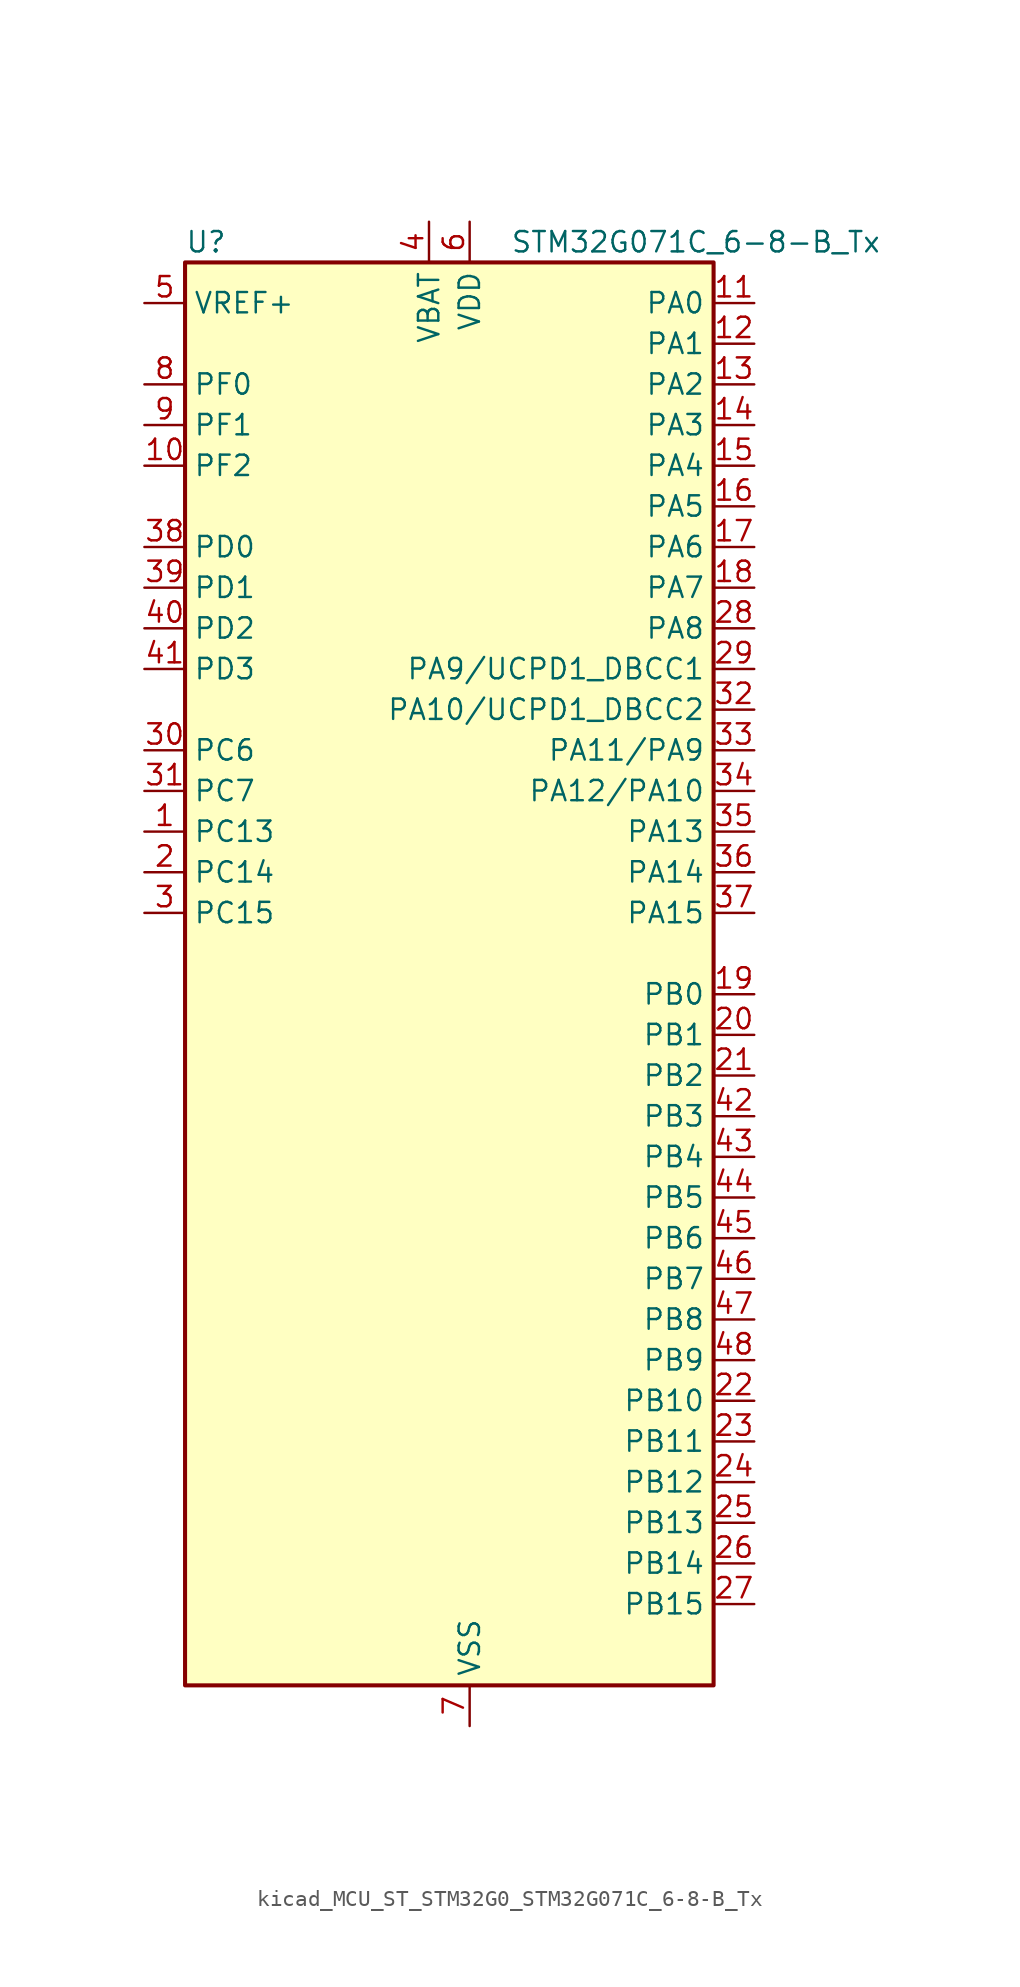
<source format=kicad_sym>
(kicad_symbol_lib
  (version 20220914)
  (generator kicad_symbol_editor)
  (symbol "kicad_MCU_ST_STM32G0_STM32G071C_6-8-B_Tx"
    (property "Reference" "U"
      (at -15.24 46.99 0)
      (effects (font (size 1.27 1.27)) (justify left)))
    (property "Value" "STM32G071C_6-8-B_Tx"
      (at 5.08 46.99 0)
      (effects (font (size 1.27 1.27)) (justify left)))
    (property "ki_locked" ""
      (at 0 0 0)
      (effects (font (size 1.27 1.27))))
    (symbol "kicad_MCU_ST_STM32G0_STM32G071C_6-8-B_Tx_0_1"
      (rectangle (start -15.24 -43.18) (end 17.78 45.72) (stroke (width 0.254) (type default)) (fill (type background))))
    (symbol "kicad_MCU_ST_STM32G0_STM32G071C_6-8-B_Tx_1_1"
      (pin bidirectional line (at -17.78 10.16 0) (length 2.54) (name "PC13" (effects (font (size 1.27 1.27)))) (number "1" (effects (font (size 1.27 1.27)))) (alternate "RTC_OUT_ALARM" bidirectional line) (alternate "RTC_OUT_CALIB" bidirectional line) (alternate "RTC_TAMP_IN1" bidirectional line) (alternate "RTC_TS" bidirectional line) (alternate "SYS_WKUP2" bidirectional line) (alternate "TIM1_BK" bidirectional line))
      (pin bidirectional line (at -17.78 33.02 0) (length 2.54) (name "PF2" (effects (font (size 1.27 1.27)))) (number "10" (effects (font (size 1.27 1.27)))) (alternate "RCC_MCO" bidirectional line))
      (pin bidirectional line (at 20.32 43.18 180) (length 2.54) (name "PA0" (effects (font (size 1.27 1.27)))) (number "11" (effects (font (size 1.27 1.27)))) (alternate "ADC1_IN0" bidirectional line) (alternate "COMP1_INM" bidirectional line) (alternate "COMP1_OUT" bidirectional line) (alternate "LPTIM1_OUT" bidirectional line) (alternate "RTC_TAMP_IN2" bidirectional line) (alternate "SPI2_SCK" bidirectional line) (alternate "SYS_WKUP1" bidirectional line) (alternate "TIM2_CH1" bidirectional line) (alternate "TIM2_ETR" bidirectional line) (alternate "UCPD2_FRSTX1" bidirectional line) (alternate "UCPD2_FRSTX2" bidirectional line) (alternate "USART2_CTS" bidirectional line) (alternate "USART2_NSS" bidirectional line) (alternate "USART4_TX" bidirectional line))
      (pin bidirectional line (at 20.32 40.64 180) (length 2.54) (name "PA1" (effects (font (size 1.27 1.27)))) (number "12" (effects (font (size 1.27 1.27)))) (alternate "ADC1_IN1" bidirectional line) (alternate "COMP1_INP" bidirectional line) (alternate "I2C1_SMBA" bidirectional line) (alternate "I2S1_CK" bidirectional line) (alternate "SPI1_SCK" bidirectional line) (alternate "TIM15_CH1N" bidirectional line) (alternate "TIM2_CH2" bidirectional line) (alternate "USART2_CK" bidirectional line) (alternate "USART2_DE" bidirectional line) (alternate "USART2_RTS" bidirectional line) (alternate "USART4_RX" bidirectional line))
      (pin bidirectional line (at 20.32 38.1 180) (length 2.54) (name "PA2" (effects (font (size 1.27 1.27)))) (number "13" (effects (font (size 1.27 1.27)))) (alternate "ADC1_IN2" bidirectional line) (alternate "COMP2_INM" bidirectional line) (alternate "COMP2_OUT" bidirectional line) (alternate "I2S1_SD" bidirectional line) (alternate "LPUART1_TX" bidirectional line) (alternate "RCC_LSCO" bidirectional line) (alternate "SPI1_MOSI" bidirectional line) (alternate "SYS_WKUP4" bidirectional line) (alternate "TIM15_CH1" bidirectional line) (alternate "TIM2_CH3" bidirectional line) (alternate "UCPD1_FRSTX1" bidirectional line) (alternate "UCPD1_FRSTX2" bidirectional line) (alternate "USART2_TX" bidirectional line))
      (pin bidirectional line (at 20.32 35.56 180) (length 2.54) (name "PA3" (effects (font (size 1.27 1.27)))) (number "14" (effects (font (size 1.27 1.27)))) (alternate "ADC1_IN3" bidirectional line) (alternate "COMP2_INP" bidirectional line) (alternate "LPUART1_RX" bidirectional line) (alternate "SPI2_MISO" bidirectional line) (alternate "TIM15_CH2" bidirectional line) (alternate "TIM2_CH4" bidirectional line) (alternate "UCPD2_FRSTX1" bidirectional line) (alternate "UCPD2_FRSTX2" bidirectional line) (alternate "USART2_RX" bidirectional line))
      (pin bidirectional line (at 20.32 33.02 180) (length 2.54) (name "PA4" (effects (font (size 1.27 1.27)))) (number "15" (effects (font (size 1.27 1.27)))) (alternate "ADC1_IN4" bidirectional line) (alternate "DAC1_OUT1" bidirectional line) (alternate "I2S1_WS" bidirectional line) (alternate "LPTIM2_OUT" bidirectional line) (alternate "RTC_OUT_ALARM" bidirectional line) (alternate "RTC_OUT_CALIB" bidirectional line) (alternate "SPI1_NSS" bidirectional line) (alternate "SPI2_MOSI" bidirectional line) (alternate "TIM14_CH1" bidirectional line) (alternate "UCPD2_FRSTX1" bidirectional line) (alternate "UCPD2_FRSTX2" bidirectional line))
      (pin bidirectional line (at 20.32 30.48 180) (length 2.54) (name "PA5" (effects (font (size 1.27 1.27)))) (number "16" (effects (font (size 1.27 1.27)))) (alternate "ADC1_IN5" bidirectional line) (alternate "CEC" bidirectional line) (alternate "DAC1_OUT2" bidirectional line) (alternate "I2S1_CK" bidirectional line) (alternate "LPTIM2_ETR" bidirectional line) (alternate "SPI1_SCK" bidirectional line) (alternate "TIM2_CH1" bidirectional line) (alternate "TIM2_ETR" bidirectional line) (alternate "UCPD1_FRSTX1" bidirectional line) (alternate "UCPD1_FRSTX2" bidirectional line) (alternate "USART3_TX" bidirectional line))
      (pin bidirectional line (at 20.32 27.94 180) (length 2.54) (name "PA6" (effects (font (size 1.27 1.27)))) (number "17" (effects (font (size 1.27 1.27)))) (alternate "ADC1_IN6" bidirectional line) (alternate "COMP1_OUT" bidirectional line) (alternate "I2S1_MCK" bidirectional line) (alternate "LPUART1_CTS" bidirectional line) (alternate "SPI1_MISO" bidirectional line) (alternate "TIM16_CH1" bidirectional line) (alternate "TIM1_BK" bidirectional line) (alternate "TIM3_CH1" bidirectional line) (alternate "USART3_CTS" bidirectional line) (alternate "USART3_NSS" bidirectional line))
      (pin bidirectional line (at 20.32 25.4 180) (length 2.54) (name "PA7" (effects (font (size 1.27 1.27)))) (number "18" (effects (font (size 1.27 1.27)))) (alternate "ADC1_IN7" bidirectional line) (alternate "COMP2_OUT" bidirectional line) (alternate "I2S1_SD" bidirectional line) (alternate "SPI1_MOSI" bidirectional line) (alternate "TIM14_CH1" bidirectional line) (alternate "TIM17_CH1" bidirectional line) (alternate "TIM1_CH1N" bidirectional line) (alternate "TIM3_CH2" bidirectional line) (alternate "UCPD1_FRSTX1" bidirectional line) (alternate "UCPD1_FRSTX2" bidirectional line))
      (pin bidirectional line (at 20.32 0 180) (length 2.54) (name "PB0" (effects (font (size 1.27 1.27)))) (number "19" (effects (font (size 1.27 1.27)))) (alternate "ADC1_IN8" bidirectional line) (alternate "COMP1_OUT" bidirectional line) (alternate "I2S1_WS" bidirectional line) (alternate "LPTIM1_OUT" bidirectional line) (alternate "SPI1_NSS" bidirectional line) (alternate "TIM1_CH2N" bidirectional line) (alternate "TIM3_CH3" bidirectional line) (alternate "UCPD1_FRSTX1" bidirectional line) (alternate "UCPD1_FRSTX2" bidirectional line) (alternate "USART3_RX" bidirectional line))
      (pin bidirectional line (at -17.78 7.62 0) (length 2.54) (name "PC14" (effects (font (size 1.27 1.27)))) (number "2" (effects (font (size 1.27 1.27)))) (alternate "RCC_OSC32_IN" bidirectional line) (alternate "TIM1_BK2" bidirectional line))
      (pin bidirectional line (at 20.32 -2.54 180) (length 2.54) (name "PB1" (effects (font (size 1.27 1.27)))) (number "20" (effects (font (size 1.27 1.27)))) (alternate "ADC1_IN9" bidirectional line) (alternate "COMP1_INM" bidirectional line) (alternate "LPTIM2_IN1" bidirectional line) (alternate "LPUART1_DE" bidirectional line) (alternate "LPUART1_RTS" bidirectional line) (alternate "TIM14_CH1" bidirectional line) (alternate "TIM1_CH3N" bidirectional line) (alternate "TIM3_CH4" bidirectional line) (alternate "USART3_CK" bidirectional line) (alternate "USART3_DE" bidirectional line) (alternate "USART3_RTS" bidirectional line))
      (pin bidirectional line (at 20.32 -5.08 180) (length 2.54) (name "PB2" (effects (font (size 1.27 1.27)))) (number "21" (effects (font (size 1.27 1.27)))) (alternate "ADC1_IN10" bidirectional line) (alternate "COMP1_INP" bidirectional line) (alternate "LPTIM1_OUT" bidirectional line) (alternate "SPI2_MISO" bidirectional line) (alternate "USART3_TX" bidirectional line))
      (pin bidirectional line (at 20.32 -25.4 180) (length 2.54) (name "PB10" (effects (font (size 1.27 1.27)))) (number "22" (effects (font (size 1.27 1.27)))) (alternate "ADC1_IN11" bidirectional line) (alternate "CEC" bidirectional line) (alternate "COMP1_OUT" bidirectional line) (alternate "I2C2_SCL" bidirectional line) (alternate "LPUART1_RX" bidirectional line) (alternate "SPI2_SCK" bidirectional line) (alternate "TIM2_CH3" bidirectional line) (alternate "USART3_TX" bidirectional line))
      (pin bidirectional line (at 20.32 -27.94 180) (length 2.54) (name "PB11" (effects (font (size 1.27 1.27)))) (number "23" (effects (font (size 1.27 1.27)))) (alternate "ADC1_EXTI11" bidirectional line) (alternate "ADC1_IN15" bidirectional line) (alternate "COMP2_OUT" bidirectional line) (alternate "I2C2_SDA" bidirectional line) (alternate "LPUART1_TX" bidirectional line) (alternate "SPI2_MOSI" bidirectional line) (alternate "TIM2_CH4" bidirectional line) (alternate "USART3_RX" bidirectional line))
      (pin bidirectional line (at 20.32 -30.48 180) (length 2.54) (name "PB12" (effects (font (size 1.27 1.27)))) (number "24" (effects (font (size 1.27 1.27)))) (alternate "ADC1_IN16" bidirectional line) (alternate "LPUART1_DE" bidirectional line) (alternate "LPUART1_RTS" bidirectional line) (alternate "SPI2_NSS" bidirectional line) (alternate "TIM15_BK" bidirectional line) (alternate "TIM1_BK" bidirectional line) (alternate "UCPD2_FRSTX1" bidirectional line) (alternate "UCPD2_FRSTX2" bidirectional line))
      (pin bidirectional line (at 20.32 -33.02 180) (length 2.54) (name "PB13" (effects (font (size 1.27 1.27)))) (number "25" (effects (font (size 1.27 1.27)))) (alternate "I2C2_SCL" bidirectional line) (alternate "LPUART1_CTS" bidirectional line) (alternate "SPI2_SCK" bidirectional line) (alternate "TIM15_CH1N" bidirectional line) (alternate "TIM1_CH1N" bidirectional line) (alternate "USART3_CTS" bidirectional line) (alternate "USART3_NSS" bidirectional line))
      (pin bidirectional line (at 20.32 -35.56 180) (length 2.54) (name "PB14" (effects (font (size 1.27 1.27)))) (number "26" (effects (font (size 1.27 1.27)))) (alternate "I2C2_SDA" bidirectional line) (alternate "SPI2_MISO" bidirectional line) (alternate "TIM15_CH1" bidirectional line) (alternate "TIM1_CH2N" bidirectional line) (alternate "UCPD1_FRSTX1" bidirectional line) (alternate "UCPD1_FRSTX2" bidirectional line) (alternate "USART3_CK" bidirectional line) (alternate "USART3_DE" bidirectional line) (alternate "USART3_RTS" bidirectional line))
      (pin bidirectional line (at 20.32 -38.1 180) (length 2.54) (name "PB15" (effects (font (size 1.27 1.27)))) (number "27" (effects (font (size 1.27 1.27)))) (alternate "RTC_REFIN" bidirectional line) (alternate "SPI2_MOSI" bidirectional line) (alternate "TIM15_CH1N" bidirectional line) (alternate "TIM15_CH2" bidirectional line) (alternate "TIM1_CH3N" bidirectional line) (alternate "UCPD1_CC2" bidirectional line))
      (pin bidirectional line (at 20.32 22.86 180) (length 2.54) (name "PA8" (effects (font (size 1.27 1.27)))) (number "28" (effects (font (size 1.27 1.27)))) (alternate "LPTIM2_OUT" bidirectional line) (alternate "RCC_MCO" bidirectional line) (alternate "SPI2_NSS" bidirectional line) (alternate "TIM1_CH1" bidirectional line) (alternate "UCPD1_CC1" bidirectional line))
      (pin bidirectional line (at 20.32 20.32 180) (length 2.54) (name "PA9/UCPD1_DBCC1" (effects (font (size 1.27 1.27)))) (number "29" (effects (font (size 1.27 1.27)))) (alternate "DAC1_EXTI9" bidirectional line) (alternate "I2C1_SCL" bidirectional line) (alternate "RCC_MCO" bidirectional line) (alternate "SPI2_MISO" bidirectional line) (alternate "TIM15_BK" bidirectional line) (alternate "TIM1_CH2" bidirectional line) (alternate "UCPD1_DBCC1" bidirectional line) (alternate "USART1_TX" bidirectional line))
      (pin bidirectional line (at -17.78 5.08 0) (length 2.54) (name "PC15" (effects (font (size 1.27 1.27)))) (number "3" (effects (font (size 1.27 1.27)))) (alternate "RCC_OSC32_EN" bidirectional line) (alternate "RCC_OSC32_OUT" bidirectional line) (alternate "RCC_OSC_EN" bidirectional line) (alternate "TIM15_BK" bidirectional line))
      (pin bidirectional line (at -17.78 15.24 0) (length 2.54) (name "PC6" (effects (font (size 1.27 1.27)))) (number "30" (effects (font (size 1.27 1.27)))) (alternate "TIM2_CH3" bidirectional line) (alternate "TIM3_CH1" bidirectional line) (alternate "UCPD1_FRSTX1" bidirectional line) (alternate "UCPD1_FRSTX2" bidirectional line))
      (pin bidirectional line (at -17.78 12.7 0) (length 2.54) (name "PC7" (effects (font (size 1.27 1.27)))) (number "31" (effects (font (size 1.27 1.27)))) (alternate "TIM2_CH4" bidirectional line) (alternate "TIM3_CH2" bidirectional line) (alternate "UCPD2_FRSTX1" bidirectional line) (alternate "UCPD2_FRSTX2" bidirectional line))
      (pin bidirectional line (at 20.32 17.78 180) (length 2.54) (name "PA10/UCPD1_DBCC2" (effects (font (size 1.27 1.27)))) (number "32" (effects (font (size 1.27 1.27)))) (alternate "I2C1_SDA" bidirectional line) (alternate "SPI2_MOSI" bidirectional line) (alternate "TIM17_BK" bidirectional line) (alternate "TIM1_CH3" bidirectional line) (alternate "UCPD1_DBCC2" bidirectional line) (alternate "USART1_RX" bidirectional line))
      (pin bidirectional line (at 20.32 15.24 180) (length 2.54) (name "PA11/PA9" (effects (font (size 1.27 1.27)))) (number "33" (effects (font (size 1.27 1.27)))) (alternate "ADC1_EXTI11" bidirectional line) (alternate "COMP1_OUT" bidirectional line) (alternate "I2C2_SCL" bidirectional line) (alternate "I2S1_MCK" bidirectional line) (alternate "SPI1_MISO" bidirectional line) (alternate "TIM1_BK2" bidirectional line) (alternate "TIM1_CH4" bidirectional line) (alternate "USART1_CTS" bidirectional line) (alternate "USART1_NSS" bidirectional line))
      (pin bidirectional line (at 20.32 12.7 180) (length 2.54) (name "PA12/PA10" (effects (font (size 1.27 1.27)))) (number "34" (effects (font (size 1.27 1.27)))) (alternate "COMP2_OUT" bidirectional line) (alternate "I2C2_SDA" bidirectional line) (alternate "I2S1_SD" bidirectional line) (alternate "I2S_CKIN" bidirectional line) (alternate "SPI1_MOSI" bidirectional line) (alternate "TIM1_ETR" bidirectional line) (alternate "USART1_CK" bidirectional line) (alternate "USART1_DE" bidirectional line) (alternate "USART1_RTS" bidirectional line))
      (pin bidirectional line (at 20.32 10.16 180) (length 2.54) (name "PA13" (effects (font (size 1.27 1.27)))) (number "35" (effects (font (size 1.27 1.27)))) (alternate "IR_OUT" bidirectional line) (alternate "SYS_SWDIO" bidirectional line))
      (pin bidirectional line (at 20.32 7.62 180) (length 2.54) (name "PA14" (effects (font (size 1.27 1.27)))) (number "36" (effects (font (size 1.27 1.27)))) (alternate "SYS_SWCLK" bidirectional line) (alternate "USART2_TX" bidirectional line))
      (pin bidirectional line (at 20.32 5.08 180) (length 2.54) (name "PA15" (effects (font (size 1.27 1.27)))) (number "37" (effects (font (size 1.27 1.27)))) (alternate "I2S1_WS" bidirectional line) (alternate "SPI1_NSS" bidirectional line) (alternate "TIM2_CH1" bidirectional line) (alternate "TIM2_ETR" bidirectional line) (alternate "USART2_RX" bidirectional line) (alternate "USART3_CK" bidirectional line) (alternate "USART3_DE" bidirectional line) (alternate "USART3_RTS" bidirectional line) (alternate "USART4_CK" bidirectional line) (alternate "USART4_DE" bidirectional line) (alternate "USART4_RTS" bidirectional line))
      (pin bidirectional line (at -17.78 27.94 0) (length 2.54) (name "PD0" (effects (font (size 1.27 1.27)))) (number "38" (effects (font (size 1.27 1.27)))) (alternate "SPI2_NSS" bidirectional line) (alternate "TIM16_CH1" bidirectional line) (alternate "UCPD2_CC1" bidirectional line))
      (pin bidirectional line (at -17.78 25.4 0) (length 2.54) (name "PD1" (effects (font (size 1.27 1.27)))) (number "39" (effects (font (size 1.27 1.27)))) (alternate "SPI2_SCK" bidirectional line) (alternate "TIM17_CH1" bidirectional line) (alternate "UCPD2_DBCC1" bidirectional line))
      (pin power_in line (at 0 48.26 270) (length 2.54) (name "VBAT" (effects (font (size 1.27 1.27)))) (number "4" (effects (font (size 1.27 1.27)))))
      (pin bidirectional line (at -17.78 22.86 0) (length 2.54) (name "PD2" (effects (font (size 1.27 1.27)))) (number "40" (effects (font (size 1.27 1.27)))) (alternate "TIM1_CH1N" bidirectional line) (alternate "TIM3_ETR" bidirectional line) (alternate "UCPD2_CC2" bidirectional line) (alternate "USART3_CK" bidirectional line) (alternate "USART3_DE" bidirectional line) (alternate "USART3_RTS" bidirectional line))
      (pin bidirectional line (at -17.78 20.32 0) (length 2.54) (name "PD3" (effects (font (size 1.27 1.27)))) (number "41" (effects (font (size 1.27 1.27)))) (alternate "SPI2_MISO" bidirectional line) (alternate "TIM1_CH2N" bidirectional line) (alternate "UCPD2_DBCC2" bidirectional line) (alternate "USART2_CTS" bidirectional line) (alternate "USART2_NSS" bidirectional line))
      (pin bidirectional line (at 20.32 -7.62 180) (length 2.54) (name "PB3" (effects (font (size 1.27 1.27)))) (number "42" (effects (font (size 1.27 1.27)))) (alternate "COMP2_INM" bidirectional line) (alternate "I2S1_CK" bidirectional line) (alternate "SPI1_SCK" bidirectional line) (alternate "TIM1_CH2" bidirectional line) (alternate "TIM2_CH2" bidirectional line) (alternate "USART1_CK" bidirectional line) (alternate "USART1_DE" bidirectional line) (alternate "USART1_RTS" bidirectional line))
      (pin bidirectional line (at 20.32 -10.16 180) (length 2.54) (name "PB4" (effects (font (size 1.27 1.27)))) (number "43" (effects (font (size 1.27 1.27)))) (alternate "COMP2_INP" bidirectional line) (alternate "I2S1_MCK" bidirectional line) (alternate "SPI1_MISO" bidirectional line) (alternate "TIM17_BK" bidirectional line) (alternate "TIM3_CH1" bidirectional line) (alternate "USART1_CTS" bidirectional line) (alternate "USART1_NSS" bidirectional line))
      (pin bidirectional line (at 20.32 -12.7 180) (length 2.54) (name "PB5" (effects (font (size 1.27 1.27)))) (number "44" (effects (font (size 1.27 1.27)))) (alternate "COMP2_OUT" bidirectional line) (alternate "I2C1_SMBA" bidirectional line) (alternate "I2S1_SD" bidirectional line) (alternate "LPTIM1_IN1" bidirectional line) (alternate "SPI1_MOSI" bidirectional line) (alternate "SYS_WKUP6" bidirectional line) (alternate "TIM16_BK" bidirectional line) (alternate "TIM3_CH2" bidirectional line))
      (pin bidirectional line (at 20.32 -15.24 180) (length 2.54) (name "PB6" (effects (font (size 1.27 1.27)))) (number "45" (effects (font (size 1.27 1.27)))) (alternate "COMP2_INP" bidirectional line) (alternate "I2C1_SCL" bidirectional line) (alternate "LPTIM1_ETR" bidirectional line) (alternate "SPI2_MISO" bidirectional line) (alternate "TIM16_CH1N" bidirectional line) (alternate "TIM1_CH3" bidirectional line) (alternate "USART1_TX" bidirectional line))
      (pin bidirectional line (at 20.32 -17.78 180) (length 2.54) (name "PB7" (effects (font (size 1.27 1.27)))) (number "46" (effects (font (size 1.27 1.27)))) (alternate "COMP2_INM" bidirectional line) (alternate "I2C1_SDA" bidirectional line) (alternate "LPTIM1_IN2" bidirectional line) (alternate "SPI2_MOSI" bidirectional line) (alternate "SYS_PVD_IN" bidirectional line) (alternate "TIM17_CH1N" bidirectional line) (alternate "USART1_RX" bidirectional line) (alternate "USART4_CTS" bidirectional line) (alternate "USART4_NSS" bidirectional line))
      (pin bidirectional line (at 20.32 -20.32 180) (length 2.54) (name "PB8" (effects (font (size 1.27 1.27)))) (number "47" (effects (font (size 1.27 1.27)))) (alternate "CEC" bidirectional line) (alternate "I2C1_SCL" bidirectional line) (alternate "SPI2_SCK" bidirectional line) (alternate "TIM15_BK" bidirectional line) (alternate "TIM16_CH1" bidirectional line) (alternate "USART3_TX" bidirectional line))
      (pin bidirectional line (at 20.32 -22.86 180) (length 2.54) (name "PB9" (effects (font (size 1.27 1.27)))) (number "48" (effects (font (size 1.27 1.27)))) (alternate "DAC1_EXTI9" bidirectional line) (alternate "I2C1_SDA" bidirectional line) (alternate "IR_OUT" bidirectional line) (alternate "SPI2_NSS" bidirectional line) (alternate "TIM17_CH1" bidirectional line) (alternate "UCPD2_FRSTX1" bidirectional line) (alternate "UCPD2_FRSTX2" bidirectional line) (alternate "USART3_RX" bidirectional line))
      (pin input line (at -17.78 43.18 0) (length 2.54) (name "VREF+" (effects (font (size 1.27 1.27)))) (number "5" (effects (font (size 1.27 1.27)))) (alternate "VREFBUF_OUT" bidirectional line))
      (pin power_in line (at 2.54 48.26 270) (length 2.54) (name "VDD" (effects (font (size 1.27 1.27)))) (number "6" (effects (font (size 1.27 1.27)))))
      (pin power_in line (at 2.54 -45.72 90) (length 2.54) (name "VSS" (effects (font (size 1.27 1.27)))) (number "7" (effects (font (size 1.27 1.27)))))
      (pin bidirectional line (at -17.78 38.1 0) (length 2.54) (name "PF0" (effects (font (size 1.27 1.27)))) (number "8" (effects (font (size 1.27 1.27)))) (alternate "RCC_OSC_IN" bidirectional line) (alternate "TIM14_CH1" bidirectional line))
      (pin bidirectional line (at -17.78 35.56 0) (length 2.54) (name "PF1" (effects (font (size 1.27 1.27)))) (number "9" (effects (font (size 1.27 1.27)))) (alternate "RCC_OSC_EN" bidirectional line) (alternate "RCC_OSC_OUT" bidirectional line) (alternate "TIM15_CH1N" bidirectional line)))))
</source>
